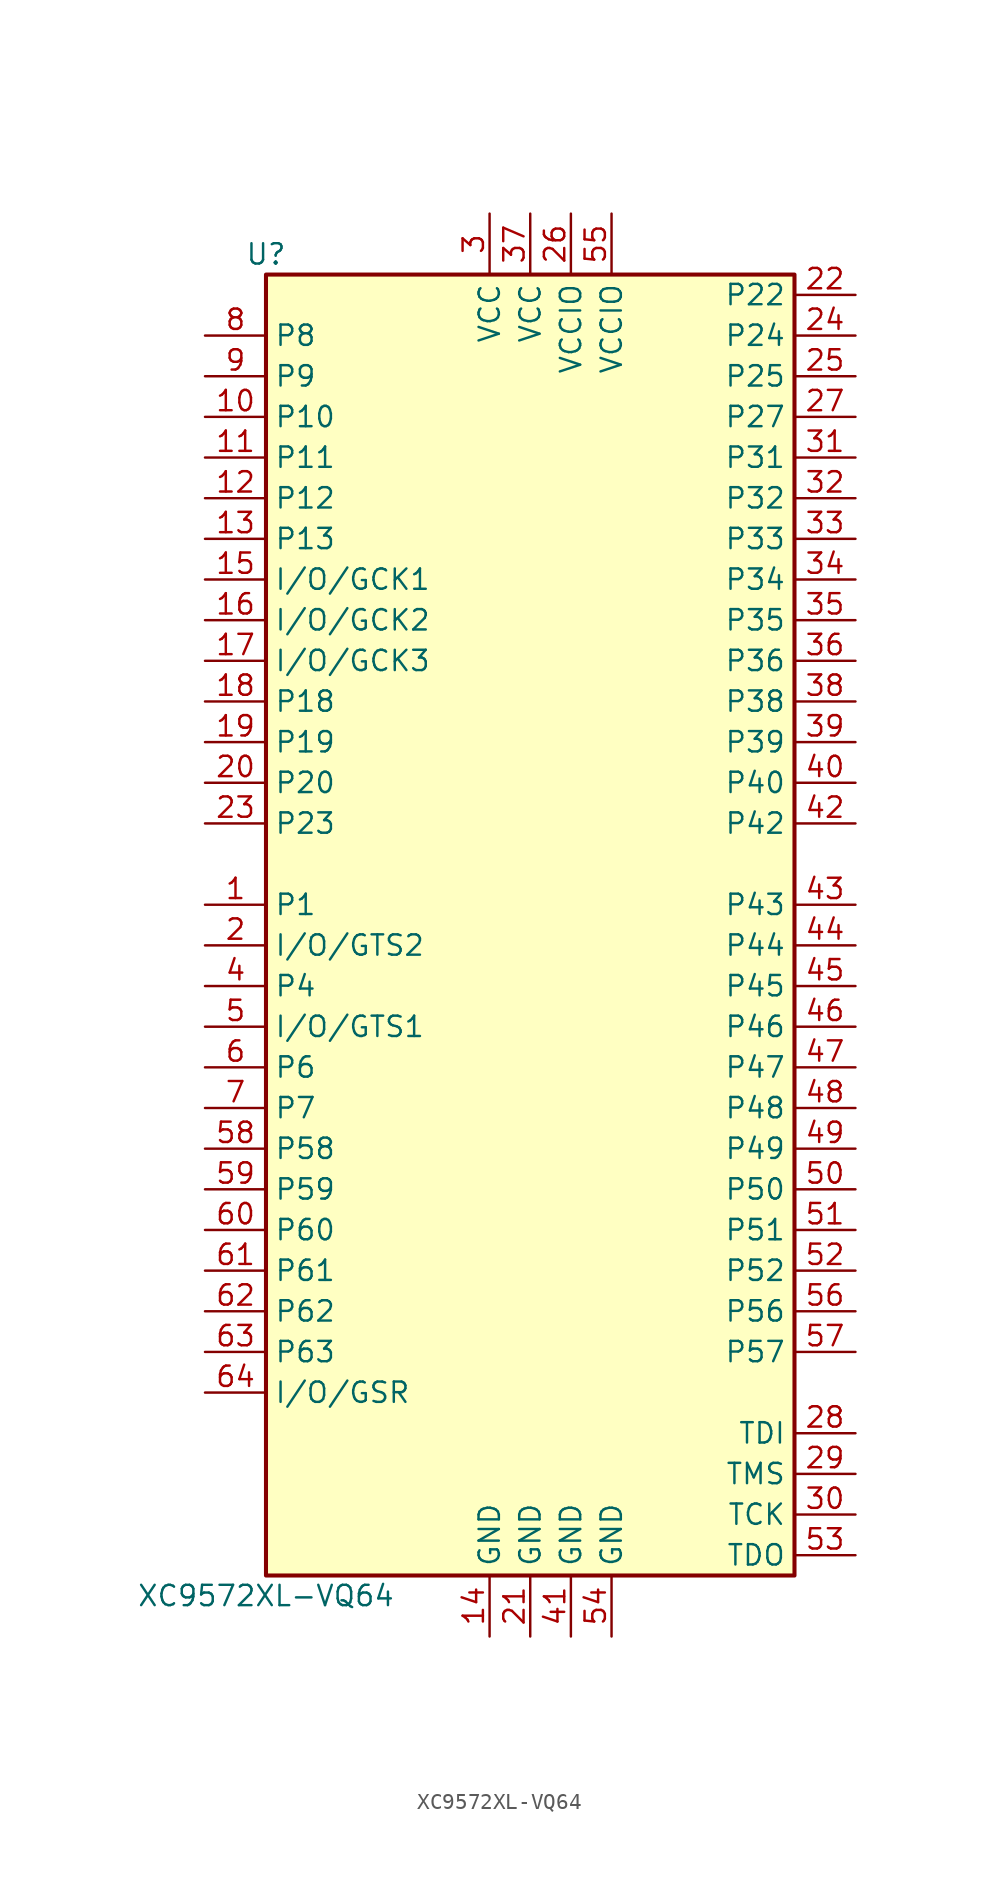
<source format=kicad_sym>
(kicad_symbol_lib
  (version 20211014)
  (generator kicad_symbol_editor)
  (symbol "XC9572XL-VQ64"
    (property "Reference" "U"
      (at -16.51 40.64 0)
      (effects (font (size 1.27 1.27))))
    (property "Value" "XC9572XL-VQ64"
      (at -16.51 -43.18 0)
      (effects (font (size 1.27 1.27))))
    (symbol "XC9572XL-VQ64_1_1"
      (rectangle (start -16.51 39.37) (end 16.51 -41.91) (stroke (width 0.254) (type default) (color 0 0 0 0)) (fill (type background)))
      (pin bidirectional line (at -20.32 0 0) (length 3.81) (name "P1" (effects (font (size 1.27 1.27)))) (number "1" (effects (font (size 1.27 1.27)))))
      (pin bidirectional line (at -20.32 30.48 0) (length 3.81) (name "P10" (effects (font (size 1.27 1.27)))) (number "10" (effects (font (size 1.27 1.27)))))
      (pin bidirectional line (at -20.32 27.94 0) (length 3.81) (name "P11" (effects (font (size 1.27 1.27)))) (number "11" (effects (font (size 1.27 1.27)))))
      (pin bidirectional line (at -20.32 25.4 0) (length 3.81) (name "P12" (effects (font (size 1.27 1.27)))) (number "12" (effects (font (size 1.27 1.27)))))
      (pin bidirectional line (at -20.32 22.86 0) (length 3.81) (name "P13" (effects (font (size 1.27 1.27)))) (number "13" (effects (font (size 1.27 1.27)))))
      (pin power_in line (at -2.54 -45.72 90) (length 3.81) (name "GND" (effects (font (size 1.27 1.27)))) (number "14" (effects (font (size 1.27 1.27)))))
      (pin bidirectional line (at -20.32 20.32 0) (length 3.81) (name "I/O/GCK1" (effects (font (size 1.27 1.27)))) (number "15" (effects (font (size 1.27 1.27)))))
      (pin bidirectional line (at -20.32 17.78 0) (length 3.81) (name "I/O/GCK2" (effects (font (size 1.27 1.27)))) (number "16" (effects (font (size 1.27 1.27)))))
      (pin bidirectional line (at -20.32 15.24 0) (length 3.81) (name "I/O/GCK3" (effects (font (size 1.27 1.27)))) (number "17" (effects (font (size 1.27 1.27)))))
      (pin bidirectional line (at -20.32 12.7 0) (length 3.81) (name "P18" (effects (font (size 1.27 1.27)))) (number "18" (effects (font (size 1.27 1.27)))))
      (pin bidirectional line (at -20.32 10.16 0) (length 3.81) (name "P19" (effects (font (size 1.27 1.27)))) (number "19" (effects (font (size 1.27 1.27)))))
      (pin bidirectional line (at -20.32 -2.54 0) (length 3.81) (name "I/O/GTS2" (effects (font (size 1.27 1.27)))) (number "2" (effects (font (size 1.27 1.27)))))
      (pin bidirectional line (at -20.32 7.62 0) (length 3.81) (name "P20" (effects (font (size 1.27 1.27)))) (number "20" (effects (font (size 1.27 1.27)))))
      (pin power_in line (at 0 -45.72 90) (length 3.81) (name "GND" (effects (font (size 1.27 1.27)))) (number "21" (effects (font (size 1.27 1.27)))))
      (pin bidirectional line (at 20.32 38.1 180) (length 3.81) (name "P22" (effects (font (size 1.27 1.27)))) (number "22" (effects (font (size 1.27 1.27)))))
      (pin bidirectional line (at -20.32 5.08 0) (length 3.81) (name "P23" (effects (font (size 1.27 1.27)))) (number "23" (effects (font (size 1.27 1.27)))))
      (pin bidirectional line (at 20.32 35.56 180) (length 3.81) (name "P24" (effects (font (size 1.27 1.27)))) (number "24" (effects (font (size 1.27 1.27)))))
      (pin bidirectional line (at 20.32 33.02 180) (length 3.81) (name "P25" (effects (font (size 1.27 1.27)))) (number "25" (effects (font (size 1.27 1.27)))))
      (pin power_in line (at 2.54 43.18 270) (length 3.81) (name "VCCIO" (effects (font (size 1.27 1.27)))) (number "26" (effects (font (size 1.27 1.27)))))
      (pin bidirectional line (at 20.32 30.48 180) (length 3.81) (name "P27" (effects (font (size 1.27 1.27)))) (number "27" (effects (font (size 1.27 1.27)))))
      (pin input line (at 20.32 -33.02 180) (length 3.81) (name "TDI" (effects (font (size 1.27 1.27)))) (number "28" (effects (font (size 1.27 1.27)))))
      (pin input line (at 20.32 -35.56 180) (length 3.81) (name "TMS" (effects (font (size 1.27 1.27)))) (number "29" (effects (font (size 1.27 1.27)))))
      (pin power_in line (at -2.54 43.18 270) (length 3.81) (name "VCC" (effects (font (size 1.27 1.27)))) (number "3" (effects (font (size 1.27 1.27)))))
      (pin input line (at 20.32 -38.1 180) (length 3.81) (name "TCK" (effects (font (size 1.27 1.27)))) (number "30" (effects (font (size 1.27 1.27)))))
      (pin bidirectional line (at 20.32 27.94 180) (length 3.81) (name "P31" (effects (font (size 1.27 1.27)))) (number "31" (effects (font (size 1.27 1.27)))))
      (pin bidirectional line (at 20.32 25.4 180) (length 3.81) (name "P32" (effects (font (size 1.27 1.27)))) (number "32" (effects (font (size 1.27 1.27)))))
      (pin bidirectional line (at 20.32 22.86 180) (length 3.81) (name "P33" (effects (font (size 1.27 1.27)))) (number "33" (effects (font (size 1.27 1.27)))))
      (pin bidirectional line (at 20.32 20.32 180) (length 3.81) (name "P34" (effects (font (size 1.27 1.27)))) (number "34" (effects (font (size 1.27 1.27)))))
      (pin bidirectional line (at 20.32 17.78 180) (length 3.81) (name "P35" (effects (font (size 1.27 1.27)))) (number "35" (effects (font (size 1.27 1.27)))))
      (pin bidirectional line (at 20.32 15.24 180) (length 3.81) (name "P36" (effects (font (size 1.27 1.27)))) (number "36" (effects (font (size 1.27 1.27)))))
      (pin power_in line (at 0 43.18 270) (length 3.81) (name "VCC" (effects (font (size 1.27 1.27)))) (number "37" (effects (font (size 1.27 1.27)))))
      (pin bidirectional line (at 20.32 12.7 180) (length 3.81) (name "P38" (effects (font (size 1.27 1.27)))) (number "38" (effects (font (size 1.27 1.27)))))
      (pin bidirectional line (at 20.32 10.16 180) (length 3.81) (name "P39" (effects (font (size 1.27 1.27)))) (number "39" (effects (font (size 1.27 1.27)))))
      (pin bidirectional line (at -20.32 -5.08 0) (length 3.81) (name "P4" (effects (font (size 1.27 1.27)))) (number "4" (effects (font (size 1.27 1.27)))))
      (pin bidirectional line (at 20.32 7.62 180) (length 3.81) (name "P40" (effects (font (size 1.27 1.27)))) (number "40" (effects (font (size 1.27 1.27)))))
      (pin power_in line (at 2.54 -45.72 90) (length 3.81) (name "GND" (effects (font (size 1.27 1.27)))) (number "41" (effects (font (size 1.27 1.27)))))
      (pin bidirectional line (at 20.32 5.08 180) (length 3.81) (name "P42" (effects (font (size 1.27 1.27)))) (number "42" (effects (font (size 1.27 1.27)))))
      (pin bidirectional line (at 20.32 0 180) (length 3.81) (name "P43" (effects (font (size 1.27 1.27)))) (number "43" (effects (font (size 1.27 1.27)))))
      (pin bidirectional line (at 20.32 -2.54 180) (length 3.81) (name "P44" (effects (font (size 1.27 1.27)))) (number "44" (effects (font (size 1.27 1.27)))))
      (pin bidirectional line (at 20.32 -5.08 180) (length 3.81) (name "P45" (effects (font (size 1.27 1.27)))) (number "45" (effects (font (size 1.27 1.27)))))
      (pin bidirectional line (at 20.32 -7.62 180) (length 3.81) (name "P46" (effects (font (size 1.27 1.27)))) (number "46" (effects (font (size 1.27 1.27)))))
      (pin bidirectional line (at 20.32 -10.16 180) (length 3.81) (name "P47" (effects (font (size 1.27 1.27)))) (number "47" (effects (font (size 1.27 1.27)))))
      (pin bidirectional line (at 20.32 -12.7 180) (length 3.81) (name "P48" (effects (font (size 1.27 1.27)))) (number "48" (effects (font (size 1.27 1.27)))))
      (pin bidirectional line (at 20.32 -15.24 180) (length 3.81) (name "P49" (effects (font (size 1.27 1.27)))) (number "49" (effects (font (size 1.27 1.27)))))
      (pin bidirectional line (at -20.32 -7.62 0) (length 3.81) (name "I/O/GTS1" (effects (font (size 1.27 1.27)))) (number "5" (effects (font (size 1.27 1.27)))))
      (pin bidirectional line (at 20.32 -17.78 180) (length 3.81) (name "P50" (effects (font (size 1.27 1.27)))) (number "50" (effects (font (size 1.27 1.27)))))
      (pin bidirectional line (at 20.32 -20.32 180) (length 3.81) (name "P51" (effects (font (size 1.27 1.27)))) (number "51" (effects (font (size 1.27 1.27)))))
      (pin bidirectional line (at 20.32 -22.86 180) (length 3.81) (name "P52" (effects (font (size 1.27 1.27)))) (number "52" (effects (font (size 1.27 1.27)))))
      (pin output line (at 20.32 -40.64 180) (length 3.81) (name "TDO" (effects (font (size 1.27 1.27)))) (number "53" (effects (font (size 1.27 1.27)))))
      (pin power_in line (at 5.08 -45.72 90) (length 3.81) (name "GND" (effects (font (size 1.27 1.27)))) (number "54" (effects (font (size 1.27 1.27)))))
      (pin power_in line (at 5.08 43.18 270) (length 3.81) (name "VCCIO" (effects (font (size 1.27 1.27)))) (number "55" (effects (font (size 1.27 1.27)))))
      (pin bidirectional line (at 20.32 -25.4 180) (length 3.81) (name "P56" (effects (font (size 1.27 1.27)))) (number "56" (effects (font (size 1.27 1.27)))))
      (pin bidirectional line (at 20.32 -27.94 180) (length 3.81) (name "P57" (effects (font (size 1.27 1.27)))) (number "57" (effects (font (size 1.27 1.27)))))
      (pin bidirectional line (at -20.32 -15.24 0) (length 3.81) (name "P58" (effects (font (size 1.27 1.27)))) (number "58" (effects (font (size 1.27 1.27)))))
      (pin bidirectional line (at -20.32 -17.78 0) (length 3.81) (name "P59" (effects (font (size 1.27 1.27)))) (number "59" (effects (font (size 1.27 1.27)))))
      (pin bidirectional line (at -20.32 -10.16 0) (length 3.81) (name "P6" (effects (font (size 1.27 1.27)))) (number "6" (effects (font (size 1.27 1.27)))))
      (pin bidirectional line (at -20.32 -20.32 0) (length 3.81) (name "P60" (effects (font (size 1.27 1.27)))) (number "60" (effects (font (size 1.27 1.27)))))
      (pin bidirectional line (at -20.32 -22.86 0) (length 3.81) (name "P61" (effects (font (size 1.27 1.27)))) (number "61" (effects (font (size 1.27 1.27)))))
      (pin bidirectional line (at -20.32 -25.4 0) (length 3.81) (name "P62" (effects (font (size 1.27 1.27)))) (number "62" (effects (font (size 1.27 1.27)))))
      (pin bidirectional line (at -20.32 -27.94 0) (length 3.81) (name "P63" (effects (font (size 1.27 1.27)))) (number "63" (effects (font (size 1.27 1.27)))))
      (pin bidirectional line (at -20.32 -30.48 0) (length 3.81) (name "I/O/GSR" (effects (font (size 1.27 1.27)))) (number "64" (effects (font (size 1.27 1.27)))))
      (pin bidirectional line (at -20.32 -12.7 0) (length 3.81) (name "P7" (effects (font (size 1.27 1.27)))) (number "7" (effects (font (size 1.27 1.27)))))
      (pin bidirectional line (at -20.32 35.56 0) (length 3.81) (name "P8" (effects (font (size 1.27 1.27)))) (number "8" (effects (font (size 1.27 1.27)))))
      (pin bidirectional line (at -20.32 33.02 0) (length 3.81) (name "P9" (effects (font (size 1.27 1.27)))) (number "9" (effects (font (size 1.27 1.27))))))))
</source>
